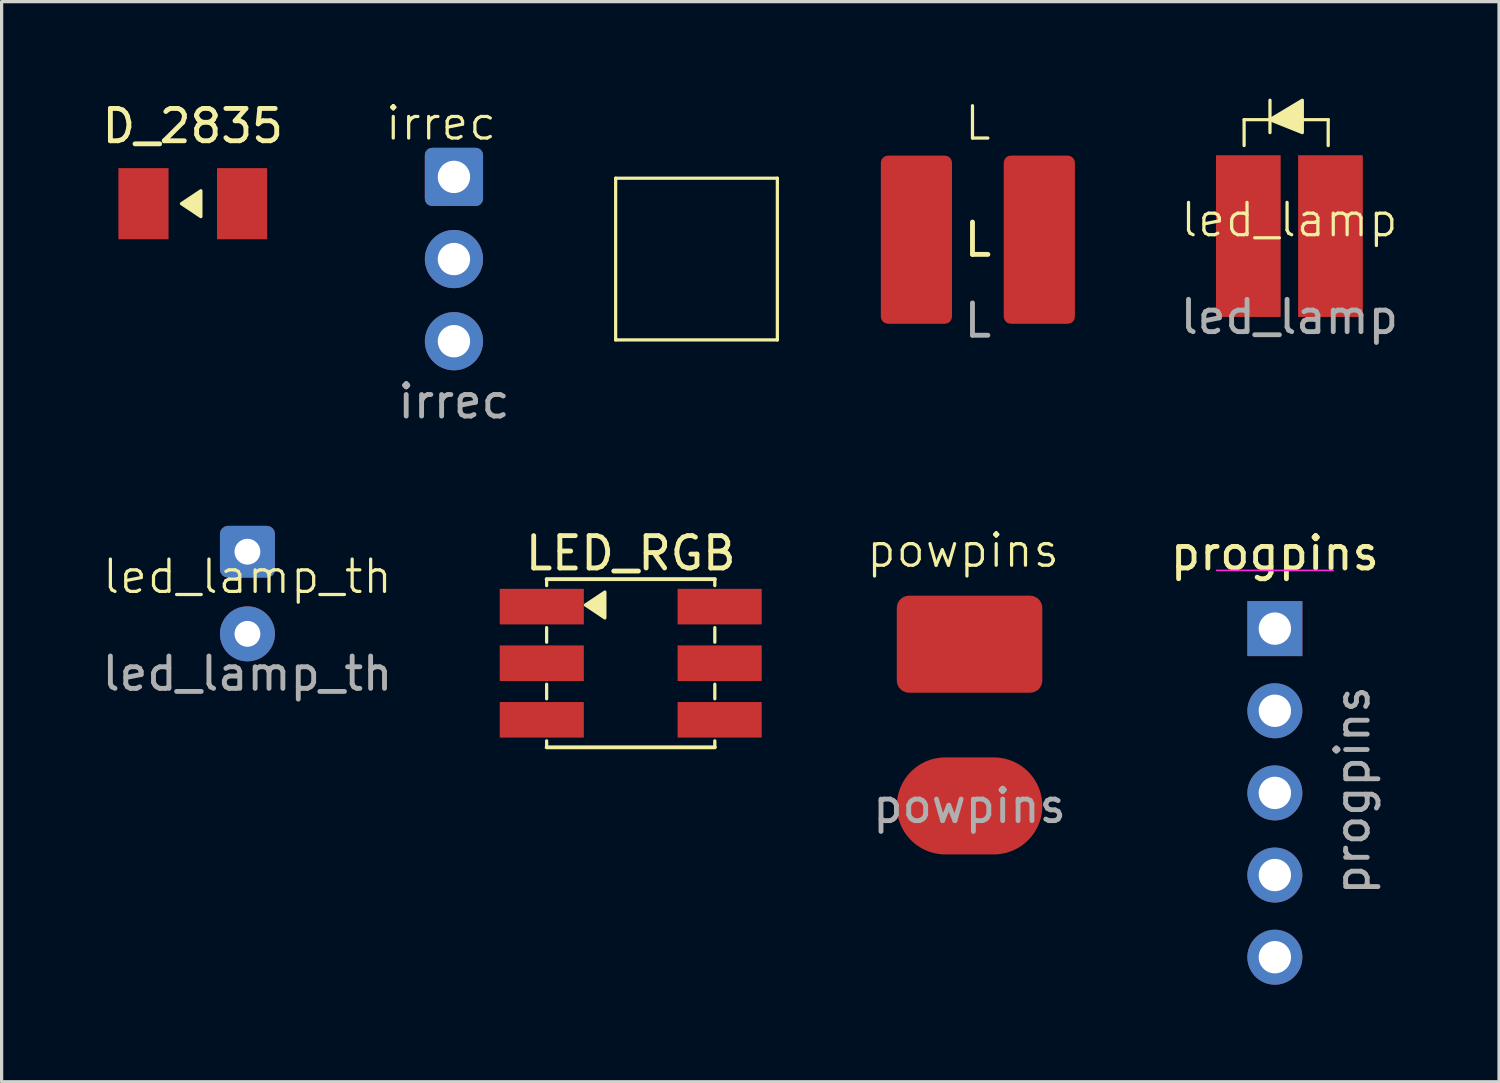
<source format=kicad_pcb>
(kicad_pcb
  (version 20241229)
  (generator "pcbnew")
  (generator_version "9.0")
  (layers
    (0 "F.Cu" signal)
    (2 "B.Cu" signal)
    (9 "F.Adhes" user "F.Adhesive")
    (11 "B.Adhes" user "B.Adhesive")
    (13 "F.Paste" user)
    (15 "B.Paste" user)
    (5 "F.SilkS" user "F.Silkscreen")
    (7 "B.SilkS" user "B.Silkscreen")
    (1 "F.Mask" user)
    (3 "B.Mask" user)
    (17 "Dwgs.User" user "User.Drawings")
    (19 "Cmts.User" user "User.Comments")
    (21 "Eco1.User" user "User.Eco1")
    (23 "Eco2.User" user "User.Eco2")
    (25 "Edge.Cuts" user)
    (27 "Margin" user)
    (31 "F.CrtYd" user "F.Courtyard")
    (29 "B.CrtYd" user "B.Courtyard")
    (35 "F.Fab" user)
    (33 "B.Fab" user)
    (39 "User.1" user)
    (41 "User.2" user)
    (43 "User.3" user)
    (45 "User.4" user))
  (footprint "led_lamp_th"
    (layer "F.Cu")
    (at 4.601 15.279)
    (property "Reference" "led_lamp_th" (at 0 -0.5 0) (unlocked yes) (layer "F.SilkS") (effects (font (size 1 1) (thickness 0.1))))
    (attr through_hole)
    (fp_text user "${REFERENCE}" (at 0 2.5 0) (unlocked yes) (layer "F.Fab") (effects (font (size 1 1) (thickness 0.15))))
    (pad "1" thru_hole roundrect (at 0 -1.27) (size 1.7 1.6) (drill 0.8) (layers "*.Cu" "*.Mask") (roundrect_rratio 0.156))
    (pad "2" thru_hole circle (at 0 1.27) (size 1.7 1.7) (drill 0.8) (layers "*.Cu" "*.Mask")))
  (footprint "irrec"
    (layer "F.Cu")
    (at 10.986 4.96)
    (property "Reference" "irrec" (at -0.4 -4.2 0) (unlocked yes) (layer "F.SilkS") (effects (font (size 1 1) (thickness 0.1))))
    (attr smd)
    (fp_line (start 5 -2.5) (end 5 2.5) (stroke (width 0.1) (type default)) (layer "F.SilkS"))
    (fp_line (start 5 2.5) (end 10 2.5) (stroke (width 0.1) (type default)) (layer "F.SilkS"))
    (fp_line (start 10 -2.5) (end 5 -2.5) (stroke (width 0.1) (type default)) (layer "F.SilkS"))
    (fp_line (start 10 2.5) (end 10 -2.5) (stroke (width 0.1) (type default)) (layer "F.SilkS"))
    (fp_text user "${REFERENCE}" (at 0 4.4 0) (unlocked yes) (layer "F.Fab") (effects (font (size 1 1) (thickness 0.15))))
    (pad "1" thru_hole roundrect (at 0 -2.54) (size 1.8 1.8) (drill 1) (layers "*.Cu" "*.Mask") (roundrect_rratio 0.125))
    (pad "2" thru_hole circle (at 0 0) (size 1.8 1.8) (drill 1) (layers "*.Cu" "*.Mask"))
    (pad "3" thru_hole circle (at 0 2.54) (size 1.8 1.8) (drill 1) (layers "*.Cu" "*.Mask")))
  (footprint "progpins"
    (layer "F.Cu")
    (at 36.369 16.387)
    (property "Reference" "progpins" (at 0 -2.33 0) (layer "F.SilkS") (effects (font (size 1 1) (thickness 0.15))))
    (attr through_hole)
    (fp_line (start 1.8 -1.8) (end -1.8 -1.8) (stroke (width 0.05) (type solid)) (layer "F.CrtYd"))
    (fp_text user "${REFERENCE}" (at 2.4 5 90) (layer "F.Fab") (effects (font (size 1 1) (thickness 0.15))))
    (pad "1" thru_hole rect (at 0 0) (size 1.7 1.7) (drill 1) (layers "*.Cu" "*.Mask"))
    (pad "2" thru_hole oval (at 0 2.54) (size 1.7 1.7) (drill 1) (layers "*.Cu" "*.Mask"))
    (pad "3" thru_hole oval (at 0 5.08) (size 1.7 1.7) (drill 1) (layers "*.Cu" "*.Mask"))
    (pad "4" thru_hole oval (at 0 7.62) (size 1.7 1.7) (drill 1) (layers "*.Cu" "*.Mask"))
    (pad "5" thru_hole oval (at 0 10.16) (size 1.7 1.7) (drill 1) (layers "*.Cu" "*.Mask")))
  (footprint "D_2835"
    (layer "F.Cu")
    (at 2.911 3.248)
    (property "Reference" "D_2835" (at 0 -2.4 0) (layer "F.SilkS") (effects (font (size 1 1) (thickness 0.15))))
    (attr smd)
    (fp_poly (pts (xy -0.35 0) (xy 0.25 -0.4) (xy 0.25 0.4)) (stroke (width 0.1) (type solid)) (fill yes) (layer "F.SilkS"))
    (fp_line (start -2.4 -1.2) (end -2.4 1.2) (stroke (width 0.1) (type default)) (layer "User.1"))
    (fp_line (start -2.4 -1.2) (end 2.4 -1.2) (stroke (width 0.1) (type default)) (layer "User.1"))
    (fp_line (start -2.4 1.2) (end 2.4 1.2) (stroke (width 0.1) (type default)) (layer "User.1"))
    (fp_line (start 2.4 -1.2) (end 2.4 1.2) (stroke (width 0.1) (type default)) (layer "User.1"))
    (pad "1" smd rect (at -1.525 0) (size 1.55 2.2) (layers "F.Cu" "F.Mask" "F.Paste"))
    (pad "2" smd rect (at 1.525 0) (size 1.55 2.2) (layers "F.Cu" "F.Mask" "F.Paste")))
  (footprint "powpins"
    (layer "F.Cu")
    (at 26.929 19.369)
    (property "Reference" "powpins" (at -0.2 -5.4 0) (unlocked yes) (layer "F.SilkS") (effects (font (size 1 1) (thickness 0.1))))
    (attr through_hole)
    (fp_text user "${REFERENCE}" (at 0 2.5 0) (unlocked yes) (layer "F.Fab") (effects (font (size 1 1) (thickness 0.15))))
    (pad "1" smd roundrect (at 0 -2.5) (size 4.5 3) (layers "F.Cu" "F.Mask" "F.Paste") (roundrect_rratio 0.125))
    (pad "2" smd oval (at 0 2.5) (size 4.5 3) (layers "F.Cu" "F.Mask" "F.Paste")))
  (footprint "L"
    (layer "F.Cu")
    (at 27.186 4.361)
    (property "Reference" "L" (at 0 -3.6 0) (unlocked yes) (layer "F.SilkS") (effects (font (size 1 1) (thickness 0.1))))
    (attr smd)
    (fp_line (start -3.1 -2.7) (end 3.1 -2.7) (stroke (width 0.1) (type default)) (layer "User.1"))
    (fp_line (start -3.1 2.7) (end -3.1 -2.7) (stroke (width 0.1) (type default)) (layer "User.1"))
    (fp_line (start 3.1 -2.7) (end 3.1 2.7) (stroke (width 0.1) (type default)) (layer "User.1"))
    (fp_line (start 3.1 2.7) (end -3.1 2.7) (stroke (width 0.1) (type default)) (layer "User.1"))
    (fp_text user "L" (at 0 0 0) (unlocked yes) (layer "F.SilkS") (effects (font (size 1 1) (thickness 0.15))))
    (fp_text user "${REFERENCE}" (at 0 2.5 0) (unlocked yes) (layer "F.Fab") (effects (font (size 1 1) (thickness 0.15))))
    (pad "1" smd roundrect (at -1.9 0) (size 2.2 5.2) (layers "F.Cu" "F.Mask" "F.Paste") (roundrect_rratio 0.1))
    (pad "2" smd roundrect (at 1.9 0) (size 2.2 5.2) (layers "F.Cu" "F.Mask" "F.Paste") (roundrect_rratio 0.1)))
  (footprint "LED_RGB"
    (layer "F.Cu")
    (at 16.452 17.457)
    (property "Reference" "LED_RGB" (at 0 -3.4 180) (layer "F.SilkS") (effects (font (size 1 1) (thickness 0.15))))
    (attr smd)
    (fp_line (start -2.6 -2.6) (end -2.6 -2.4) (stroke (width 0.1) (type default)) (layer "F.SilkS"))
    (fp_line (start -2.6 -1.1) (end -2.6 -0.65) (stroke (width 0.1) (type default)) (layer "F.SilkS"))
    (fp_line (start -2.6 0.65) (end -2.6 1.1) (stroke (width 0.1) (type default)) (layer "F.SilkS"))
    (fp_line (start -2.6 2.6) (end -2.6 2.4) (stroke (width 0.1) (type default)) (layer "F.SilkS"))
    (fp_line (start -2.6 2.6) (end 2.6 2.6) (stroke (width 0.12) (type solid)) (layer "F.SilkS"))
    (fp_line (start 2.6 -2.6) (end -2.6 -2.6) (stroke (width 0.12) (type solid)) (layer "F.SilkS"))
    (fp_line (start 2.6 -2.6) (end 2.6 -2.4) (stroke (width 0.1) (type default)) (layer "F.SilkS"))
    (fp_line (start 2.6 -1.1) (end 2.6 -0.65) (stroke (width 0.1) (type default)) (layer "F.SilkS"))
    (fp_line (start 2.6 0.65) (end 2.6 1.1) (stroke (width 0.1) (type default)) (layer "F.SilkS"))
    (fp_line (start 2.6 2.6) (end 2.6 2.4) (stroke (width 0.1) (type default)) (layer "F.SilkS"))
    (fp_poly (pts (xy -1.4 -1.8) (xy -0.8 -2.2) (xy -0.8 -1.4)) (stroke (width 0.1) (type solid)) (fill yes) (layer "F.SilkS"))
    (fp_line (start -4.2 -2.4) (end 4.2 -2.4) (stroke (width 0.1) (type default)) (layer "User.1"))
    (fp_line (start -4.2 2.4) (end -4.2 -2.4) (stroke (width 0.1) (type default)) (layer "User.1"))
    (fp_line (start 4.2 -2.4) (end 4.2 2.4) (stroke (width 0.1) (type default)) (layer "User.1"))
    (fp_line (start 4.2 2.4) (end -4.2 2.4) (stroke (width 0.1) (type default)) (layer "User.1"))
    (fp_rect (start -2.3 -2.2) (end -0.9 -1.3) (stroke (width 0.1) (type default)) (fill no) (layer "User.2"))
    (fp_rect (start -2.3 -0.5) (end 0.5 0.5) (stroke (width 0.1) (type default)) (fill no) (layer "User.2"))
    (fp_rect (start -2.3 1.3) (end -0.9 2.2) (stroke (width 0.1) (type default)) (fill no) (layer "User.2"))
    (fp_rect (start 0.9 -2.2) (end 2.3 -1.3) (stroke (width 0.1) (type default)) (fill no) (layer "User.2"))
    (fp_rect (start 0.9 -0.5) (end 2.3 0.5) (stroke (width 0.1) (type default)) (fill no) (layer "User.2"))
    (fp_rect (start 0.9 1.3) (end 2.3 2.2) (stroke (width 0.1) (type default)) (fill no) (layer "User.2"))
    (pad "1" smd rect (at -2.75 -1.75 90) (size 1.1 2.6) (layers "F.Cu" "F.Mask" "F.Paste"))
    (pad "2" smd rect (at -2.75 0 90) (size 1.1 2.6) (layers "F.Cu" "F.Mask" "F.Paste"))
    (pad "3" smd rect (at -2.75 1.75 90) (size 1.1 2.6) (layers "F.Cu" "F.Mask" "F.Paste"))
    (pad "4" smd rect (at 2.75 1.75 90) (size 1.1 2.6) (layers "F.Cu" "F.Mask" "F.Paste"))
    (pad "5" smd rect (at 2.75 0 90) (size 1.1 2.6) (layers "F.Cu" "F.Mask" "F.Paste"))
    (pad "6" smd rect (at 2.75 -1.75 90) (size 1.1 2.6) (layers "F.Cu" "F.Mask" "F.Paste")))
  (footprint "led_lamp"
    (layer "F.Cu")
    (at 36.818 4.25)
    (property "Reference" "led_lamp" (at 0 -0.5 0) (unlocked yes) (layer "F.SilkS") (effects (font (size 1 1) (thickness 0.1))))
    (attr smd)
    (fp_line (start -1.4 -3.6) (end -1.4 -2.8) (stroke (width 0.1) (type default)) (layer "F.SilkS"))
    (fp_line (start -0.6 -4.2) (end -0.6 -3.2) (stroke (width 0.1) (type default)) (layer "F.SilkS"))
    (fp_line (start -0.6 -3.6) (end -1.4 -3.6) (stroke (width 0.1) (type default)) (layer "F.SilkS"))
    (fp_line (start 0.4 -3.6) (end 1.2 -3.6) (stroke (width 0.1) (type default)) (layer "F.SilkS"))
    (fp_line (start 1.2 -3.6) (end 1.2 -2.8) (stroke (width 0.1) (type default)) (layer "F.SilkS"))
    (fp_poly (pts (xy -0.6 -3.6) (xy 0.4 -4.2) (xy 0.4 -3.2)) (stroke (width 0.1) (type solid)) (fill yes) (layer "F.SilkS"))
    (fp_text user "${REFERENCE}" (at 0 2.5 0) (unlocked yes) (layer "F.Fab") (effects (font (size 1 1) (thickness 0.15))))
    (pad "1" smd rect (at -1.27 0) (size 2 5) (layers "F.Cu" "F.Mask" "F.Paste"))
    (pad "2" smd rect (at 1.27 0) (size 2 5) (layers "F.Cu" "F.Mask" "F.Paste")))
  (gr_rect
    (start -3 -3)
    (end 43.3 30.397)
    (stroke (width 0.1) (type default))
    (fill no)
    (layer "Edge.Cuts")))
</source>
